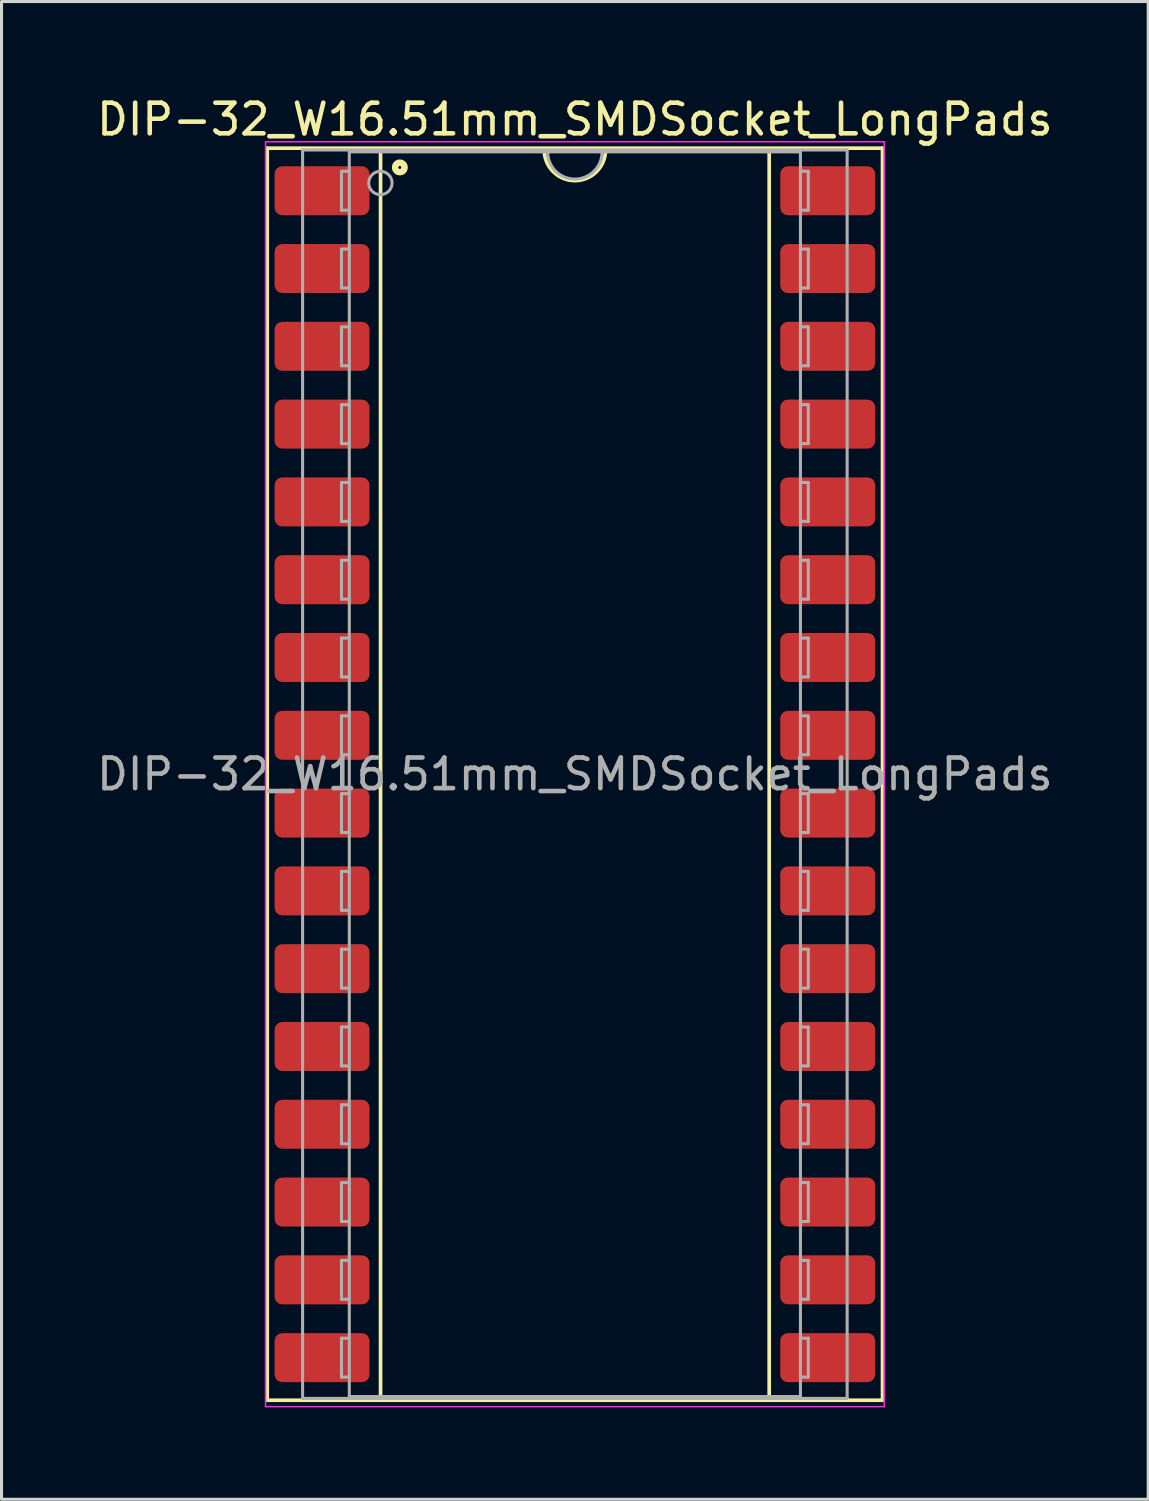
<source format=kicad_pcb>
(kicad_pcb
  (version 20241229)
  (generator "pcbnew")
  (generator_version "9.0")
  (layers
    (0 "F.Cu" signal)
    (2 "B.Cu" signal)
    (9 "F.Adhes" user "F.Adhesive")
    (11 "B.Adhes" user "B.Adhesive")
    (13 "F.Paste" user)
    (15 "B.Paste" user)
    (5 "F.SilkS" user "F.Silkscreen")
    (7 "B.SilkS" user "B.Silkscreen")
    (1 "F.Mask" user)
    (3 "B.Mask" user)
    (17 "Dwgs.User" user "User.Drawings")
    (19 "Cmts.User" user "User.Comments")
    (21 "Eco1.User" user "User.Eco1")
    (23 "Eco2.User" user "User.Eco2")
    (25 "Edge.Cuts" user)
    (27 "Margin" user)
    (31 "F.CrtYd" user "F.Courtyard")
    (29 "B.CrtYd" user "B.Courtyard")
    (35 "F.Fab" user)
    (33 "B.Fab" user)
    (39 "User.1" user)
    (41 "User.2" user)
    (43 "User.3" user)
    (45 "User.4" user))
  (footprint "DIP-32_W16.51mm_SMDSocket_LongPads"
    (layer "F.Cu")
    (at 15.72 22.228)
    (property "Reference" "DIP-32_W16.51mm_SMDSocket_LongPads" (at 0 -21.38 0) (layer "F.SilkS") (effects (font (size 1 1) (thickness 0.15))))
    (attr smd)
    (fp_line (start -10.045 -20.44) (end -10.045 20.44) (stroke (width 0.12) (type solid)) (layer "F.SilkS"))
    (fp_line (start -10.045 20.44) (end 10.045 20.44) (stroke (width 0.12) (type solid)) (layer "F.SilkS"))
    (fp_line (start -6.345 -20.38) (end -6.345 20.38) (stroke (width 0.12) (type solid)) (layer "F.SilkS"))
    (fp_line (start -6.345 20.38) (end 6.345 20.38) (stroke (width 0.12) (type solid)) (layer "F.SilkS"))
    (fp_line (start -1 -20.38) (end -6.345 -20.38) (stroke (width 0.12) (type solid)) (layer "F.SilkS"))
    (fp_line (start 6.345 -20.38) (end 1 -20.38) (stroke (width 0.12) (type solid)) (layer "F.SilkS"))
    (fp_line (start 6.345 20.38) (end 6.345 -20.38) (stroke (width 0.12) (type solid)) (layer "F.SilkS"))
    (fp_line (start 10.045 -20.44) (end -10.045 -20.44) (stroke (width 0.12) (type solid)) (layer "F.SilkS"))
    (fp_line (start 10.045 20.44) (end 10.045 -20.44) (stroke (width 0.12) (type solid)) (layer "F.SilkS"))
    (fp_arc (start 1 -20.38) (mid 0 -19.38) (end -1 -20.38) (stroke (width 0.12) (type solid)) (layer "F.SilkS"))
    (fp_circle (center -5.715 -19.812) (end -5.665 -19.812) (stroke (width 0.12) (type solid)) (fill no) (layer "F.SilkS"))
    (fp_circle (center -5.715 -19.812) (end -5.59 -19.812) (stroke (width 0.12) (type solid)) (fill no) (layer "F.SilkS"))
    (fp_circle (center -5.715 -19.812) (end -5.515 -19.812) (stroke (width 0.12) (type solid)) (fill no) (layer "F.SilkS"))
    (fp_line (start -10.1 -20.65) (end -10.1 20.65) (stroke (width 0.05) (type solid)) (layer "F.CrtYd"))
    (fp_line (start -10.1 20.65) (end 10.1 20.65) (stroke (width 0.05) (type solid)) (layer "F.CrtYd"))
    (fp_line (start 10.1 -20.65) (end -10.1 -20.65) (stroke (width 0.05) (type solid)) (layer "F.CrtYd"))
    (fp_line (start 10.1 20.65) (end 10.1 -20.65) (stroke (width 0.05) (type solid)) (layer "F.CrtYd"))
    (fp_line (start -8.89 -20.38) (end -8.89 20.38) (stroke (width 0.1) (type solid)) (layer "F.Fab"))
    (fp_line (start -8.89 20.38) (end 8.89 20.38) (stroke (width 0.1) (type solid)) (layer "F.Fab"))
    (fp_line (start -7.62 -19.685) (end -7.62 -18.415) (stroke (width 0.1) (type solid)) (layer "F.Fab"))
    (fp_line (start -7.62 -19.685) (end -7.366 -19.685) (stroke (width 0.1) (type solid)) (layer "F.Fab"))
    (fp_line (start -7.62 -18.415) (end -7.366 -18.415) (stroke (width 0.1) (type solid)) (layer "F.Fab"))
    (fp_line (start -7.62 -17.145) (end -7.62 -15.875) (stroke (width 0.1) (type solid)) (layer "F.Fab"))
    (fp_line (start -7.62 -17.145) (end -7.366 -17.145) (stroke (width 0.1) (type solid)) (layer "F.Fab"))
    (fp_line (start -7.62 -15.875) (end -7.366 -15.875) (stroke (width 0.1) (type solid)) (layer "F.Fab"))
    (fp_line (start -7.62 -14.605) (end -7.62 -13.335) (stroke (width 0.1) (type solid)) (layer "F.Fab"))
    (fp_line (start -7.62 -14.605) (end -7.366 -14.605) (stroke (width 0.1) (type solid)) (layer "F.Fab"))
    (fp_line (start -7.62 -13.335) (end -7.366 -13.335) (stroke (width 0.1) (type solid)) (layer "F.Fab"))
    (fp_line (start -7.62 -12.065) (end -7.62 -10.795) (stroke (width 0.1) (type solid)) (layer "F.Fab"))
    (fp_line (start -7.62 -12.065) (end -7.366 -12.065) (stroke (width 0.1) (type solid)) (layer "F.Fab"))
    (fp_line (start -7.62 -10.795) (end -7.366 -10.795) (stroke (width 0.1) (type solid)) (layer "F.Fab"))
    (fp_line (start -7.62 -9.525) (end -7.62 -8.255) (stroke (width 0.1) (type solid)) (layer "F.Fab"))
    (fp_line (start -7.62 -9.525) (end -7.366 -9.525) (stroke (width 0.1) (type solid)) (layer "F.Fab"))
    (fp_line (start -7.62 -8.255) (end -7.366 -8.255) (stroke (width 0.1) (type solid)) (layer "F.Fab"))
    (fp_line (start -7.62 -6.985) (end -7.62 -5.715) (stroke (width 0.1) (type solid)) (layer "F.Fab"))
    (fp_line (start -7.62 -6.985) (end -7.366 -6.985) (stroke (width 0.1) (type solid)) (layer "F.Fab"))
    (fp_line (start -7.62 -5.715) (end -7.366 -5.715) (stroke (width 0.1) (type solid)) (layer "F.Fab"))
    (fp_line (start -7.62 -4.445) (end -7.62 -3.175) (stroke (width 0.1) (type solid)) (layer "F.Fab"))
    (fp_line (start -7.62 -4.445) (end -7.366 -4.445) (stroke (width 0.1) (type solid)) (layer "F.Fab"))
    (fp_line (start -7.62 -3.175) (end -7.366 -3.175) (stroke (width 0.1) (type solid)) (layer "F.Fab"))
    (fp_line (start -7.62 -1.905) (end -7.62 -0.635) (stroke (width 0.1) (type solid)) (layer "F.Fab"))
    (fp_line (start -7.62 -1.905) (end -7.366 -1.905) (stroke (width 0.1) (type solid)) (layer "F.Fab"))
    (fp_line (start -7.62 -0.635) (end -7.366 -0.635) (stroke (width 0.1) (type solid)) (layer "F.Fab"))
    (fp_line (start -7.62 0.635) (end -7.62 1.905) (stroke (width 0.1) (type solid)) (layer "F.Fab"))
    (fp_line (start -7.62 0.635) (end -7.366 0.635) (stroke (width 0.1) (type solid)) (layer "F.Fab"))
    (fp_line (start -7.62 1.905) (end -7.366 1.905) (stroke (width 0.1) (type solid)) (layer "F.Fab"))
    (fp_line (start -7.62 3.175) (end -7.62 4.445) (stroke (width 0.1) (type solid)) (layer "F.Fab"))
    (fp_line (start -7.62 3.175) (end -7.366 3.175) (stroke (width 0.1) (type solid)) (layer "F.Fab"))
    (fp_line (start -7.62 4.445) (end -7.366 4.445) (stroke (width 0.1) (type solid)) (layer "F.Fab"))
    (fp_line (start -7.62 5.715) (end -7.62 6.985) (stroke (width 0.1) (type solid)) (layer "F.Fab"))
    (fp_line (start -7.62 5.715) (end -7.366 5.715) (stroke (width 0.1) (type solid)) (layer "F.Fab"))
    (fp_line (start -7.62 6.985) (end -7.366 6.985) (stroke (width 0.1) (type solid)) (layer "F.Fab"))
    (fp_line (start -7.62 8.255) (end -7.62 9.525) (stroke (width 0.1) (type solid)) (layer "F.Fab"))
    (fp_line (start -7.62 8.255) (end -7.366 8.255) (stroke (width 0.1) (type solid)) (layer "F.Fab"))
    (fp_line (start -7.62 9.525) (end -7.366 9.525) (stroke (width 0.1) (type solid)) (layer "F.Fab"))
    (fp_line (start -7.62 10.795) (end -7.62 12.065) (stroke (width 0.1) (type solid)) (layer "F.Fab"))
    (fp_line (start -7.62 10.795) (end -7.366 10.795) (stroke (width 0.1) (type solid)) (layer "F.Fab"))
    (fp_line (start -7.62 12.065) (end -7.366 12.065) (stroke (width 0.1) (type solid)) (layer "F.Fab"))
    (fp_line (start -7.62 13.335) (end -7.62 14.605) (stroke (width 0.1) (type solid)) (layer "F.Fab"))
    (fp_line (start -7.62 13.335) (end -7.366 13.335) (stroke (width 0.1) (type solid)) (layer "F.Fab"))
    (fp_line (start -7.62 14.605) (end -7.366 14.605) (stroke (width 0.1) (type solid)) (layer "F.Fab"))
    (fp_line (start -7.62 15.875) (end -7.62 17.145) (stroke (width 0.1) (type solid)) (layer "F.Fab"))
    (fp_line (start -7.62 15.875) (end -7.366 15.875) (stroke (width 0.1) (type solid)) (layer "F.Fab"))
    (fp_line (start -7.62 17.145) (end -7.366 17.145) (stroke (width 0.1) (type solid)) (layer "F.Fab"))
    (fp_line (start -7.62 18.415) (end -7.62 19.685) (stroke (width 0.1) (type solid)) (layer "F.Fab"))
    (fp_line (start -7.62 18.415) (end -7.366 18.415) (stroke (width 0.1) (type solid)) (layer "F.Fab"))
    (fp_line (start -7.62 19.685) (end -7.366 19.685) (stroke (width 0.1) (type solid)) (layer "F.Fab"))
    (fp_line (start -7.365 -20.32) (end 7.365 -20.32) (stroke (width 0.1) (type solid)) (layer "F.Fab"))
    (fp_line (start -7.365 20.32) (end -7.365 -20.32) (stroke (width 0.1) (type solid)) (layer "F.Fab"))
    (fp_line (start 7.365 -20.32) (end 7.365 20.32) (stroke (width 0.1) (type solid)) (layer "F.Fab"))
    (fp_line (start 7.365 20.32) (end -7.365 20.32) (stroke (width 0.1) (type solid)) (layer "F.Fab"))
    (fp_line (start 7.62 -19.685) (end 7.366 -19.685) (stroke (width 0.1) (type solid)) (layer "F.Fab"))
    (fp_line (start 7.62 -18.415) (end 7.366 -18.415) (stroke (width 0.1) (type solid)) (layer "F.Fab"))
    (fp_line (start 7.62 -18.415) (end 7.62 -19.685) (stroke (width 0.1) (type solid)) (layer "F.Fab"))
    (fp_line (start 7.62 -17.145) (end 7.366 -17.145) (stroke (width 0.1) (type solid)) (layer "F.Fab"))
    (fp_line (start 7.62 -15.875) (end 7.366 -15.875) (stroke (width 0.1) (type solid)) (layer "F.Fab"))
    (fp_line (start 7.62 -15.875) (end 7.62 -17.145) (stroke (width 0.1) (type solid)) (layer "F.Fab"))
    (fp_line (start 7.62 -14.605) (end 7.366 -14.605) (stroke (width 0.1) (type solid)) (layer "F.Fab"))
    (fp_line (start 7.62 -13.335) (end 7.366 -13.335) (stroke (width 0.1) (type solid)) (layer "F.Fab"))
    (fp_line (start 7.62 -13.335) (end 7.62 -14.605) (stroke (width 0.1) (type solid)) (layer "F.Fab"))
    (fp_line (start 7.62 -12.065) (end 7.366 -12.065) (stroke (width 0.1) (type solid)) (layer "F.Fab"))
    (fp_line (start 7.62 -10.795) (end 7.366 -10.795) (stroke (width 0.1) (type solid)) (layer "F.Fab"))
    (fp_line (start 7.62 -10.795) (end 7.62 -12.065) (stroke (width 0.1) (type solid)) (layer "F.Fab"))
    (fp_line (start 7.62 -9.525) (end 7.366 -9.525) (stroke (width 0.1) (type solid)) (layer "F.Fab"))
    (fp_line (start 7.62 -8.255) (end 7.366 -8.255) (stroke (width 0.1) (type solid)) (layer "F.Fab"))
    (fp_line (start 7.62 -8.255) (end 7.62 -9.525) (stroke (width 0.1) (type solid)) (layer "F.Fab"))
    (fp_line (start 7.62 -6.985) (end 7.366 -6.985) (stroke (width 0.1) (type solid)) (layer "F.Fab"))
    (fp_line (start 7.62 -5.715) (end 7.366 -5.715) (stroke (width 0.1) (type solid)) (layer "F.Fab"))
    (fp_line (start 7.62 -5.715) (end 7.62 -6.985) (stroke (width 0.1) (type solid)) (layer "F.Fab"))
    (fp_line (start 7.62 -4.445) (end 7.366 -4.445) (stroke (width 0.1) (type solid)) (layer "F.Fab"))
    (fp_line (start 7.62 -3.175) (end 7.366 -3.175) (stroke (width 0.1) (type solid)) (layer "F.Fab"))
    (fp_line (start 7.62 -3.175) (end 7.62 -4.445) (stroke (width 0.1) (type solid)) (layer "F.Fab"))
    (fp_line (start 7.62 -1.905) (end 7.366 -1.905) (stroke (width 0.1) (type solid)) (layer "F.Fab"))
    (fp_line (start 7.62 -0.635) (end 7.366 -0.635) (stroke (width 0.1) (type solid)) (layer "F.Fab"))
    (fp_line (start 7.62 -0.635) (end 7.62 -1.905) (stroke (width 0.1) (type solid)) (layer "F.Fab"))
    (fp_line (start 7.62 0.635) (end 7.366 0.635) (stroke (width 0.1) (type solid)) (layer "F.Fab"))
    (fp_line (start 7.62 1.905) (end 7.366 1.905) (stroke (width 0.1) (type solid)) (layer "F.Fab"))
    (fp_line (start 7.62 1.905) (end 7.62 0.635) (stroke (width 0.1) (type solid)) (layer "F.Fab"))
    (fp_line (start 7.62 3.175) (end 7.366 3.175) (stroke (width 0.1) (type solid)) (layer "F.Fab"))
    (fp_line (start 7.62 4.445) (end 7.366 4.445) (stroke (width 0.1) (type solid)) (layer "F.Fab"))
    (fp_line (start 7.62 4.445) (end 7.62 3.175) (stroke (width 0.1) (type solid)) (layer "F.Fab"))
    (fp_line (start 7.62 5.715) (end 7.366 5.715) (stroke (width 0.1) (type solid)) (layer "F.Fab"))
    (fp_line (start 7.62 6.985) (end 7.366 6.985) (stroke (width 0.1) (type solid)) (layer "F.Fab"))
    (fp_line (start 7.62 6.985) (end 7.62 5.715) (stroke (width 0.1) (type solid)) (layer "F.Fab"))
    (fp_line (start 7.62 8.255) (end 7.366 8.255) (stroke (width 0.1) (type solid)) (layer "F.Fab"))
    (fp_line (start 7.62 9.525) (end 7.366 9.525) (stroke (width 0.1) (type solid)) (layer "F.Fab"))
    (fp_line (start 7.62 9.525) (end 7.62 8.255) (stroke (width 0.1) (type solid)) (layer "F.Fab"))
    (fp_line (start 7.62 10.795) (end 7.366 10.795) (stroke (width 0.1) (type solid)) (layer "F.Fab"))
    (fp_line (start 7.62 12.065) (end 7.366 12.065) (stroke (width 0.1) (type solid)) (layer "F.Fab"))
    (fp_line (start 7.62 12.065) (end 7.62 10.795) (stroke (width 0.1) (type solid)) (layer "F.Fab"))
    (fp_line (start 7.62 13.335) (end 7.366 13.335) (stroke (width 0.1) (type solid)) (layer "F.Fab"))
    (fp_line (start 7.62 14.605) (end 7.366 14.605) (stroke (width 0.1) (type solid)) (layer "F.Fab"))
    (fp_line (start 7.62 14.605) (end 7.62 13.335) (stroke (width 0.1) (type solid)) (layer "F.Fab"))
    (fp_line (start 7.62 15.875) (end 7.366 15.875) (stroke (width 0.1) (type solid)) (layer "F.Fab"))
    (fp_line (start 7.62 17.145) (end 7.366 17.145) (stroke (width 0.1) (type solid)) (layer "F.Fab"))
    (fp_line (start 7.62 17.145) (end 7.62 15.875) (stroke (width 0.1) (type solid)) (layer "F.Fab"))
    (fp_line (start 7.62 18.415) (end 7.366 18.415) (stroke (width 0.1) (type solid)) (layer "F.Fab"))
    (fp_line (start 7.62 19.685) (end 7.366 19.685) (stroke (width 0.1) (type solid)) (layer "F.Fab"))
    (fp_line (start 7.62 19.685) (end 7.62 18.415) (stroke (width 0.1) (type solid)) (layer "F.Fab"))
    (fp_line (start 8.89 -20.38) (end -8.89 -20.38) (stroke (width 0.1) (type solid)) (layer "F.Fab"))
    (fp_line (start 8.89 20.38) (end 8.89 -20.38) (stroke (width 0.1) (type solid)) (layer "F.Fab"))
    (fp_arc (start 0.889 -20.32) (mid 0 -19.431) (end -0.889 -20.32) (stroke (width 0.1) (type solid)) (layer "F.Fab"))
    (fp_circle (center -6.35 -19.304) (end -5.969 -19.304) (stroke (width 0.1) (type solid)) (fill no) (layer "F.Fab"))
    (fp_text user "${REFERENCE}" (at 0 0 0) (layer "F.Fab") (effects (font (size 1 1) (thickness 0.15))))
    (pad "1" smd roundrect (at -8.255 -19.05) (size 3.1 1.6) (layers "F.Cu" "F.Mask" "F.Paste") (roundrect_rratio 0.156))
    (pad "2" smd roundrect (at -8.255 -16.51) (size 3.1 1.6) (layers "F.Cu" "F.Mask" "F.Paste") (roundrect_rratio 0.156))
    (pad "3" smd roundrect (at -8.255 -13.97) (size 3.1 1.6) (layers "F.Cu" "F.Mask" "F.Paste") (roundrect_rratio 0.156))
    (pad "4" smd roundrect (at -8.255 -11.43) (size 3.1 1.6) (layers "F.Cu" "F.Mask" "F.Paste") (roundrect_rratio 0.156))
    (pad "5" smd roundrect (at -8.255 -8.89) (size 3.1 1.6) (layers "F.Cu" "F.Mask" "F.Paste") (roundrect_rratio 0.156))
    (pad "6" smd roundrect (at -8.255 -6.35) (size 3.1 1.6) (layers "F.Cu" "F.Mask" "F.Paste") (roundrect_rratio 0.156))
    (pad "7" smd roundrect (at -8.255 -3.81) (size 3.1 1.6) (layers "F.Cu" "F.Mask" "F.Paste") (roundrect_rratio 0.156))
    (pad "8" smd roundrect (at -8.255 -1.27) (size 3.1 1.6) (layers "F.Cu" "F.Mask" "F.Paste") (roundrect_rratio 0.156))
    (pad "9" smd roundrect (at -8.255 1.27) (size 3.1 1.6) (layers "F.Cu" "F.Mask" "F.Paste") (roundrect_rratio 0.156))
    (pad "10" smd roundrect (at -8.255 3.81) (size 3.1 1.6) (layers "F.Cu" "F.Mask" "F.Paste") (roundrect_rratio 0.156))
    (pad "11" smd roundrect (at -8.255 6.35) (size 3.1 1.6) (layers "F.Cu" "F.Mask" "F.Paste") (roundrect_rratio 0.156))
    (pad "12" smd roundrect (at -8.255 8.89) (size 3.1 1.6) (layers "F.Cu" "F.Mask" "F.Paste") (roundrect_rratio 0.156))
    (pad "13" smd roundrect (at -8.255 11.43) (size 3.1 1.6) (layers "F.Cu" "F.Mask" "F.Paste") (roundrect_rratio 0.156))
    (pad "14" smd roundrect (at -8.255 13.97) (size 3.1 1.6) (layers "F.Cu" "F.Mask" "F.Paste") (roundrect_rratio 0.156))
    (pad "15" smd roundrect (at -8.255 16.51) (size 3.1 1.6) (layers "F.Cu" "F.Mask" "F.Paste") (roundrect_rratio 0.156))
    (pad "16" smd roundrect (at -8.255 19.05) (size 3.1 1.6) (layers "F.Cu" "F.Mask" "F.Paste") (roundrect_rratio 0.156))
    (pad "17" smd roundrect (at 8.255 19.05) (size 3.1 1.6) (layers "F.Cu" "F.Mask" "F.Paste") (roundrect_rratio 0.156))
    (pad "18" smd roundrect (at 8.255 16.51) (size 3.1 1.6) (layers "F.Cu" "F.Mask" "F.Paste") (roundrect_rratio 0.156))
    (pad "19" smd roundrect (at 8.255 13.97) (size 3.1 1.6) (layers "F.Cu" "F.Mask" "F.Paste") (roundrect_rratio 0.156))
    (pad "20" smd roundrect (at 8.255 11.43) (size 3.1 1.6) (layers "F.Cu" "F.Mask" "F.Paste") (roundrect_rratio 0.156))
    (pad "21" smd roundrect (at 8.255 8.89) (size 3.1 1.6) (layers "F.Cu" "F.Mask" "F.Paste") (roundrect_rratio 0.156))
    (pad "22" smd roundrect (at 8.255 6.35) (size 3.1 1.6) (layers "F.Cu" "F.Mask" "F.Paste") (roundrect_rratio 0.156))
    (pad "23" smd roundrect (at 8.255 3.81) (size 3.1 1.6) (layers "F.Cu" "F.Mask" "F.Paste") (roundrect_rratio 0.156))
    (pad "24" smd roundrect (at 8.255 1.27) (size 3.1 1.6) (layers "F.Cu" "F.Mask" "F.Paste") (roundrect_rratio 0.156))
    (pad "25" smd roundrect (at 8.255 -1.27) (size 3.1 1.6) (layers "F.Cu" "F.Mask" "F.Paste") (roundrect_rratio 0.156))
    (pad "26" smd roundrect (at 8.255 -3.81) (size 3.1 1.6) (layers "F.Cu" "F.Mask" "F.Paste") (roundrect_rratio 0.156))
    (pad "27" smd roundrect (at 8.255 -6.35) (size 3.1 1.6) (layers "F.Cu" "F.Mask" "F.Paste") (roundrect_rratio 0.156))
    (pad "28" smd roundrect (at 8.255 -8.89) (size 3.1 1.6) (layers "F.Cu" "F.Mask" "F.Paste") (roundrect_rratio 0.156))
    (pad "29" smd roundrect (at 8.255 -11.43) (size 3.1 1.6) (layers "F.Cu" "F.Mask" "F.Paste") (roundrect_rratio 0.156))
    (pad "30" smd roundrect (at 8.255 -13.97) (size 3.1 1.6) (layers "F.Cu" "F.Mask" "F.Paste") (roundrect_rratio 0.156))
    (pad "31" smd roundrect (at 8.255 -16.51) (size 3.1 1.6) (layers "F.Cu" "F.Mask" "F.Paste") (roundrect_rratio 0.156))
    (pad "32" smd roundrect (at 8.255 -19.05) (size 3.1 1.6) (layers "F.Cu" "F.Mask" "F.Paste") (roundrect_rratio 0.156)))
  (gr_rect
    (start -3 -3)
    (end 34.44 45.903)
    (stroke (width 0.1) (type default))
    (fill no)
    (layer "Edge.Cuts")))
</source>
